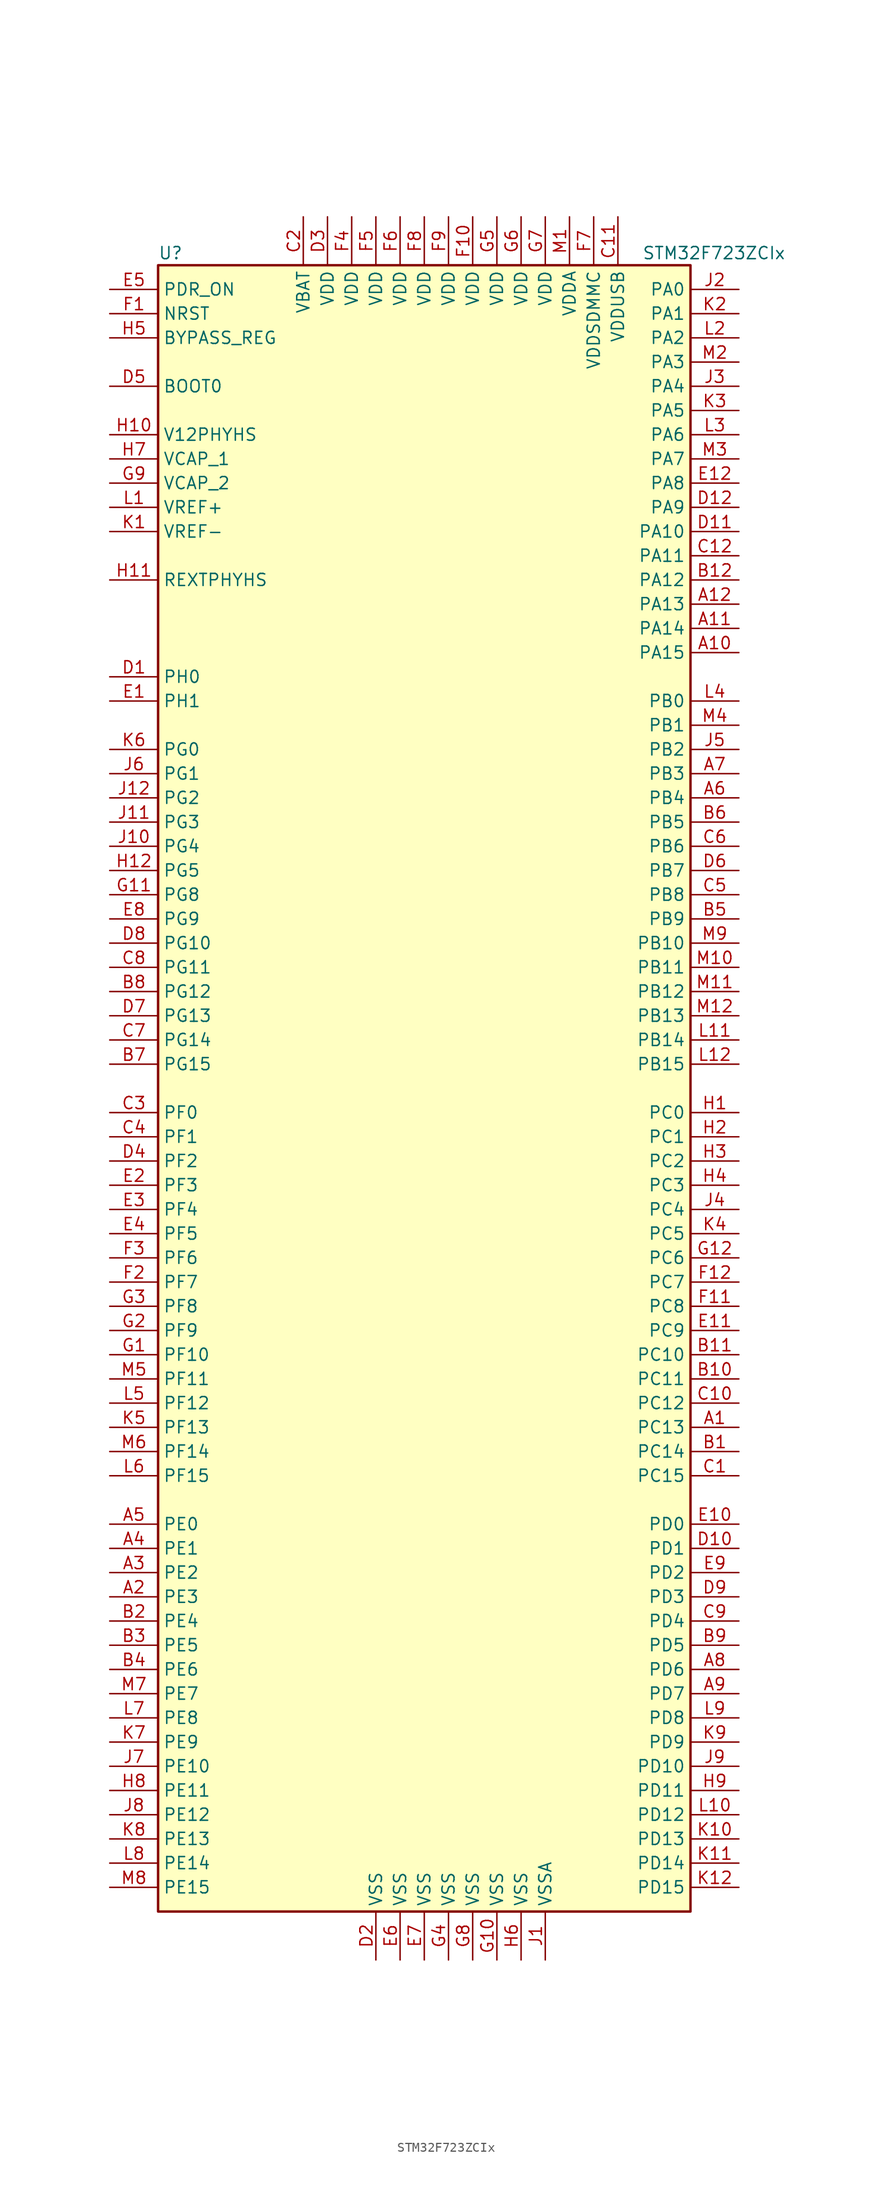
<source format=kicad_sym>
(kicad_symbol_lib
  (version 20201005)
  (generator kicad_symbol_editor)
  (symbol "STM32F723ZCIx"
    (property "Reference" "U"
      (at -27.94 87.63 0)
      (effects (font (size 1.27 1.27)) (justify left)))
    (property "Value" "STM32F723ZCIx"
      (at 22.86 87.63 0)
      (effects (font (size 1.27 1.27)) (justify left)))
    (symbol "STM32F723ZCIx_0_1"
      (rectangle (start -27.94 -86.36) (end 27.94 86.36) (stroke (width 0.254)) (fill (type background))))
    (symbol "STM32F723ZCIx_1_1"
      (pin input line (at -33.02 73.66 0) (length 5.08) (name "BOOT0" (effects (font (size 1.27 1.27)))) (number "D5" (effects (font (size 1.27 1.27)))))
      (pin input line (at -33.02 78.74 0) (length 5.08) (name "BYPASS_REG" (effects (font (size 1.27 1.27)))) (number "H5" (effects (font (size 1.27 1.27)))))
      (pin input line (at -33.02 81.28 0) (length 5.08) (name "NRST" (effects (font (size 1.27 1.27)))) (number "F1" (effects (font (size 1.27 1.27)))))
      (pin bidirectional line (at 33.02 83.82 180) (length 5.08) (name "PA0" (effects (font (size 1.27 1.27)))) (number "J2" (effects (font (size 1.27 1.27)))))
      (pin bidirectional line (at 33.02 81.28 180) (length 5.08) (name "PA1" (effects (font (size 1.27 1.27)))) (number "K2" (effects (font (size 1.27 1.27)))))
      (pin bidirectional line (at 33.02 58.42 180) (length 5.08) (name "PA10" (effects (font (size 1.27 1.27)))) (number "D11" (effects (font (size 1.27 1.27)))))
      (pin bidirectional line (at 33.02 55.88 180) (length 5.08) (name "PA11" (effects (font (size 1.27 1.27)))) (number "C12" (effects (font (size 1.27 1.27)))))
      (pin bidirectional line (at 33.02 53.34 180) (length 5.08) (name "PA12" (effects (font (size 1.27 1.27)))) (number "B12" (effects (font (size 1.27 1.27)))))
      (pin bidirectional line (at 33.02 50.8 180) (length 5.08) (name "PA13" (effects (font (size 1.27 1.27)))) (number "A12" (effects (font (size 1.27 1.27)))))
      (pin bidirectional line (at 33.02 48.26 180) (length 5.08) (name "PA14" (effects (font (size 1.27 1.27)))) (number "A11" (effects (font (size 1.27 1.27)))))
      (pin bidirectional line (at 33.02 45.72 180) (length 5.08) (name "PA15" (effects (font (size 1.27 1.27)))) (number "A10" (effects (font (size 1.27 1.27)))))
      (pin bidirectional line (at 33.02 78.74 180) (length 5.08) (name "PA2" (effects (font (size 1.27 1.27)))) (number "L2" (effects (font (size 1.27 1.27)))))
      (pin bidirectional line (at 33.02 76.2 180) (length 5.08) (name "PA3" (effects (font (size 1.27 1.27)))) (number "M2" (effects (font (size 1.27 1.27)))))
      (pin bidirectional line (at 33.02 73.66 180) (length 5.08) (name "PA4" (effects (font (size 1.27 1.27)))) (number "J3" (effects (font (size 1.27 1.27)))))
      (pin bidirectional line (at 33.02 71.12 180) (length 5.08) (name "PA5" (effects (font (size 1.27 1.27)))) (number "K3" (effects (font (size 1.27 1.27)))))
      (pin bidirectional line (at 33.02 68.58 180) (length 5.08) (name "PA6" (effects (font (size 1.27 1.27)))) (number "L3" (effects (font (size 1.27 1.27)))))
      (pin bidirectional line (at 33.02 66.04 180) (length 5.08) (name "PA7" (effects (font (size 1.27 1.27)))) (number "M3" (effects (font (size 1.27 1.27)))))
      (pin bidirectional line (at 33.02 63.5 180) (length 5.08) (name "PA8" (effects (font (size 1.27 1.27)))) (number "E12" (effects (font (size 1.27 1.27)))))
      (pin bidirectional line (at 33.02 60.96 180) (length 5.08) (name "PA9" (effects (font (size 1.27 1.27)))) (number "D12" (effects (font (size 1.27 1.27)))))
      (pin bidirectional line (at 33.02 40.64 180) (length 5.08) (name "PB0" (effects (font (size 1.27 1.27)))) (number "L4" (effects (font (size 1.27 1.27)))))
      (pin bidirectional line (at 33.02 38.1 180) (length 5.08) (name "PB1" (effects (font (size 1.27 1.27)))) (number "M4" (effects (font (size 1.27 1.27)))))
      (pin bidirectional line (at 33.02 15.24 180) (length 5.08) (name "PB10" (effects (font (size 1.27 1.27)))) (number "M9" (effects (font (size 1.27 1.27)))))
      (pin bidirectional line (at 33.02 12.7 180) (length 5.08) (name "PB11" (effects (font (size 1.27 1.27)))) (number "M10" (effects (font (size 1.27 1.27)))))
      (pin bidirectional line (at 33.02 10.16 180) (length 5.08) (name "PB12" (effects (font (size 1.27 1.27)))) (number "M11" (effects (font (size 1.27 1.27)))))
      (pin bidirectional line (at 33.02 7.62 180) (length 5.08) (name "PB13" (effects (font (size 1.27 1.27)))) (number "M12" (effects (font (size 1.27 1.27)))))
      (pin bidirectional line (at 33.02 5.08 180) (length 5.08) (name "PB14" (effects (font (size 1.27 1.27)))) (number "L11" (effects (font (size 1.27 1.27)))))
      (pin bidirectional line (at 33.02 2.54 180) (length 5.08) (name "PB15" (effects (font (size 1.27 1.27)))) (number "L12" (effects (font (size 1.27 1.27)))))
      (pin bidirectional line (at 33.02 35.56 180) (length 5.08) (name "PB2" (effects (font (size 1.27 1.27)))) (number "J5" (effects (font (size 1.27 1.27)))))
      (pin bidirectional line (at 33.02 33.02 180) (length 5.08) (name "PB3" (effects (font (size 1.27 1.27)))) (number "A7" (effects (font (size 1.27 1.27)))))
      (pin bidirectional line (at 33.02 30.48 180) (length 5.08) (name "PB4" (effects (font (size 1.27 1.27)))) (number "A6" (effects (font (size 1.27 1.27)))))
      (pin bidirectional line (at 33.02 27.94 180) (length 5.08) (name "PB5" (effects (font (size 1.27 1.27)))) (number "B6" (effects (font (size 1.27 1.27)))))
      (pin bidirectional line (at 33.02 25.4 180) (length 5.08) (name "PB6" (effects (font (size 1.27 1.27)))) (number "C6" (effects (font (size 1.27 1.27)))))
      (pin bidirectional line (at 33.02 22.86 180) (length 5.08) (name "PB7" (effects (font (size 1.27 1.27)))) (number "D6" (effects (font (size 1.27 1.27)))))
      (pin bidirectional line (at 33.02 20.32 180) (length 5.08) (name "PB8" (effects (font (size 1.27 1.27)))) (number "C5" (effects (font (size 1.27 1.27)))))
      (pin bidirectional line (at 33.02 17.78 180) (length 5.08) (name "PB9" (effects (font (size 1.27 1.27)))) (number "B5" (effects (font (size 1.27 1.27)))))
      (pin bidirectional line (at 33.02 -2.54 180) (length 5.08) (name "PC0" (effects (font (size 1.27 1.27)))) (number "H1" (effects (font (size 1.27 1.27)))))
      (pin bidirectional line (at 33.02 -5.08 180) (length 5.08) (name "PC1" (effects (font (size 1.27 1.27)))) (number "H2" (effects (font (size 1.27 1.27)))))
      (pin bidirectional line (at 33.02 -27.94 180) (length 5.08) (name "PC10" (effects (font (size 1.27 1.27)))) (number "B11" (effects (font (size 1.27 1.27)))))
      (pin bidirectional line (at 33.02 -30.48 180) (length 5.08) (name "PC11" (effects (font (size 1.27 1.27)))) (number "B10" (effects (font (size 1.27 1.27)))))
      (pin bidirectional line (at 33.02 -33.02 180) (length 5.08) (name "PC12" (effects (font (size 1.27 1.27)))) (number "C10" (effects (font (size 1.27 1.27)))))
      (pin bidirectional line (at 33.02 -35.56 180) (length 5.08) (name "PC13" (effects (font (size 1.27 1.27)))) (number "A1" (effects (font (size 1.27 1.27)))))
      (pin bidirectional line (at 33.02 -38.1 180) (length 5.08) (name "PC14" (effects (font (size 1.27 1.27)))) (number "B1" (effects (font (size 1.27 1.27)))))
      (pin bidirectional line (at 33.02 -40.64 180) (length 5.08) (name "PC15" (effects (font (size 1.27 1.27)))) (number "C1" (effects (font (size 1.27 1.27)))))
      (pin bidirectional line (at 33.02 -7.62 180) (length 5.08) (name "PC2" (effects (font (size 1.27 1.27)))) (number "H3" (effects (font (size 1.27 1.27)))))
      (pin bidirectional line (at 33.02 -10.16 180) (length 5.08) (name "PC3" (effects (font (size 1.27 1.27)))) (number "H4" (effects (font (size 1.27 1.27)))))
      (pin bidirectional line (at 33.02 -12.7 180) (length 5.08) (name "PC4" (effects (font (size 1.27 1.27)))) (number "J4" (effects (font (size 1.27 1.27)))))
      (pin bidirectional line (at 33.02 -15.24 180) (length 5.08) (name "PC5" (effects (font (size 1.27 1.27)))) (number "K4" (effects (font (size 1.27 1.27)))))
      (pin bidirectional line (at 33.02 -17.78 180) (length 5.08) (name "PC6" (effects (font (size 1.27 1.27)))) (number "G12" (effects (font (size 1.27 1.27)))))
      (pin bidirectional line (at 33.02 -20.32 180) (length 5.08) (name "PC7" (effects (font (size 1.27 1.27)))) (number "F12" (effects (font (size 1.27 1.27)))))
      (pin bidirectional line (at 33.02 -22.86 180) (length 5.08) (name "PC8" (effects (font (size 1.27 1.27)))) (number "F11" (effects (font (size 1.27 1.27)))))
      (pin bidirectional line (at 33.02 -25.4 180) (length 5.08) (name "PC9" (effects (font (size 1.27 1.27)))) (number "E11" (effects (font (size 1.27 1.27)))))
      (pin bidirectional line (at 33.02 -45.72 180) (length 5.08) (name "PD0" (effects (font (size 1.27 1.27)))) (number "E10" (effects (font (size 1.27 1.27)))))
      (pin bidirectional line (at 33.02 -48.26 180) (length 5.08) (name "PD1" (effects (font (size 1.27 1.27)))) (number "D10" (effects (font (size 1.27 1.27)))))
      (pin bidirectional line (at 33.02 -71.12 180) (length 5.08) (name "PD10" (effects (font (size 1.27 1.27)))) (number "J9" (effects (font (size 1.27 1.27)))))
      (pin bidirectional line (at 33.02 -73.66 180) (length 5.08) (name "PD11" (effects (font (size 1.27 1.27)))) (number "H9" (effects (font (size 1.27 1.27)))))
      (pin bidirectional line (at 33.02 -76.2 180) (length 5.08) (name "PD12" (effects (font (size 1.27 1.27)))) (number "L10" (effects (font (size 1.27 1.27)))))
      (pin bidirectional line (at 33.02 -78.74 180) (length 5.08) (name "PD13" (effects (font (size 1.27 1.27)))) (number "K10" (effects (font (size 1.27 1.27)))))
      (pin bidirectional line (at 33.02 -81.28 180) (length 5.08) (name "PD14" (effects (font (size 1.27 1.27)))) (number "K11" (effects (font (size 1.27 1.27)))))
      (pin bidirectional line (at 33.02 -83.82 180) (length 5.08) (name "PD15" (effects (font (size 1.27 1.27)))) (number "K12" (effects (font (size 1.27 1.27)))))
      (pin bidirectional line (at 33.02 -50.8 180) (length 5.08) (name "PD2" (effects (font (size 1.27 1.27)))) (number "E9" (effects (font (size 1.27 1.27)))))
      (pin bidirectional line (at 33.02 -53.34 180) (length 5.08) (name "PD3" (effects (font (size 1.27 1.27)))) (number "D9" (effects (font (size 1.27 1.27)))))
      (pin bidirectional line (at 33.02 -55.88 180) (length 5.08) (name "PD4" (effects (font (size 1.27 1.27)))) (number "C9" (effects (font (size 1.27 1.27)))))
      (pin bidirectional line (at 33.02 -58.42 180) (length 5.08) (name "PD5" (effects (font (size 1.27 1.27)))) (number "B9" (effects (font (size 1.27 1.27)))))
      (pin bidirectional line (at 33.02 -60.96 180) (length 5.08) (name "PD6" (effects (font (size 1.27 1.27)))) (number "A8" (effects (font (size 1.27 1.27)))))
      (pin bidirectional line (at 33.02 -63.5 180) (length 5.08) (name "PD7" (effects (font (size 1.27 1.27)))) (number "A9" (effects (font (size 1.27 1.27)))))
      (pin bidirectional line (at 33.02 -66.04 180) (length 5.08) (name "PD8" (effects (font (size 1.27 1.27)))) (number "L9" (effects (font (size 1.27 1.27)))))
      (pin bidirectional line (at 33.02 -68.58 180) (length 5.08) (name "PD9" (effects (font (size 1.27 1.27)))) (number "K9" (effects (font (size 1.27 1.27)))))
      (pin input line (at -33.02 83.82 0) (length 5.08) (name "PDR_ON" (effects (font (size 1.27 1.27)))) (number "E5" (effects (font (size 1.27 1.27)))))
      (pin bidirectional line (at -33.02 -45.72 0) (length 5.08) (name "PE0" (effects (font (size 1.27 1.27)))) (number "A5" (effects (font (size 1.27 1.27)))))
      (pin bidirectional line (at -33.02 -48.26 0) (length 5.08) (name "PE1" (effects (font (size 1.27 1.27)))) (number "A4" (effects (font (size 1.27 1.27)))))
      (pin bidirectional line (at -33.02 -71.12 0) (length 5.08) (name "PE10" (effects (font (size 1.27 1.27)))) (number "J7" (effects (font (size 1.27 1.27)))))
      (pin bidirectional line (at -33.02 -73.66 0) (length 5.08) (name "PE11" (effects (font (size 1.27 1.27)))) (number "H8" (effects (font (size 1.27 1.27)))))
      (pin bidirectional line (at -33.02 -76.2 0) (length 5.08) (name "PE12" (effects (font (size 1.27 1.27)))) (number "J8" (effects (font (size 1.27 1.27)))))
      (pin bidirectional line (at -33.02 -78.74 0) (length 5.08) (name "PE13" (effects (font (size 1.27 1.27)))) (number "K8" (effects (font (size 1.27 1.27)))))
      (pin bidirectional line (at -33.02 -81.28 0) (length 5.08) (name "PE14" (effects (font (size 1.27 1.27)))) (number "L8" (effects (font (size 1.27 1.27)))))
      (pin bidirectional line (at -33.02 -83.82 0) (length 5.08) (name "PE15" (effects (font (size 1.27 1.27)))) (number "M8" (effects (font (size 1.27 1.27)))))
      (pin bidirectional line (at -33.02 -50.8 0) (length 5.08) (name "PE2" (effects (font (size 1.27 1.27)))) (number "A3" (effects (font (size 1.27 1.27)))))
      (pin bidirectional line (at -33.02 -53.34 0) (length 5.08) (name "PE3" (effects (font (size 1.27 1.27)))) (number "A2" (effects (font (size 1.27 1.27)))))
      (pin bidirectional line (at -33.02 -55.88 0) (length 5.08) (name "PE4" (effects (font (size 1.27 1.27)))) (number "B2" (effects (font (size 1.27 1.27)))))
      (pin bidirectional line (at -33.02 -58.42 0) (length 5.08) (name "PE5" (effects (font (size 1.27 1.27)))) (number "B3" (effects (font (size 1.27 1.27)))))
      (pin bidirectional line (at -33.02 -60.96 0) (length 5.08) (name "PE6" (effects (font (size 1.27 1.27)))) (number "B4" (effects (font (size 1.27 1.27)))))
      (pin bidirectional line (at -33.02 -63.5 0) (length 5.08) (name "PE7" (effects (font (size 1.27 1.27)))) (number "M7" (effects (font (size 1.27 1.27)))))
      (pin bidirectional line (at -33.02 -66.04 0) (length 5.08) (name "PE8" (effects (font (size 1.27 1.27)))) (number "L7" (effects (font (size 1.27 1.27)))))
      (pin bidirectional line (at -33.02 -68.58 0) (length 5.08) (name "PE9" (effects (font (size 1.27 1.27)))) (number "K7" (effects (font (size 1.27 1.27)))))
      (pin bidirectional line (at -33.02 -2.54 0) (length 5.08) (name "PF0" (effects (font (size 1.27 1.27)))) (number "C3" (effects (font (size 1.27 1.27)))))
      (pin bidirectional line (at -33.02 -5.08 0) (length 5.08) (name "PF1" (effects (font (size 1.27 1.27)))) (number "C4" (effects (font (size 1.27 1.27)))))
      (pin bidirectional line (at -33.02 -27.94 0) (length 5.08) (name "PF10" (effects (font (size 1.27 1.27)))) (number "G1" (effects (font (size 1.27 1.27)))))
      (pin bidirectional line (at -33.02 -30.48 0) (length 5.08) (name "PF11" (effects (font (size 1.27 1.27)))) (number "M5" (effects (font (size 1.27 1.27)))))
      (pin bidirectional line (at -33.02 -33.02 0) (length 5.08) (name "PF12" (effects (font (size 1.27 1.27)))) (number "L5" (effects (font (size 1.27 1.27)))))
      (pin bidirectional line (at -33.02 -35.56 0) (length 5.08) (name "PF13" (effects (font (size 1.27 1.27)))) (number "K5" (effects (font (size 1.27 1.27)))))
      (pin bidirectional line (at -33.02 -38.1 0) (length 5.08) (name "PF14" (effects (font (size 1.27 1.27)))) (number "M6" (effects (font (size 1.27 1.27)))))
      (pin bidirectional line (at -33.02 -40.64 0) (length 5.08) (name "PF15" (effects (font (size 1.27 1.27)))) (number "L6" (effects (font (size 1.27 1.27)))))
      (pin bidirectional line (at -33.02 -7.62 0) (length 5.08) (name "PF2" (effects (font (size 1.27 1.27)))) (number "D4" (effects (font (size 1.27 1.27)))))
      (pin bidirectional line (at -33.02 -10.16 0) (length 5.08) (name "PF3" (effects (font (size 1.27 1.27)))) (number "E2" (effects (font (size 1.27 1.27)))))
      (pin bidirectional line (at -33.02 -12.7 0) (length 5.08) (name "PF4" (effects (font (size 1.27 1.27)))) (number "E3" (effects (font (size 1.27 1.27)))))
      (pin bidirectional line (at -33.02 -15.24 0) (length 5.08) (name "PF5" (effects (font (size 1.27 1.27)))) (number "E4" (effects (font (size 1.27 1.27)))))
      (pin bidirectional line (at -33.02 -17.78 0) (length 5.08) (name "PF6" (effects (font (size 1.27 1.27)))) (number "F3" (effects (font (size 1.27 1.27)))))
      (pin bidirectional line (at -33.02 -20.32 0) (length 5.08) (name "PF7" (effects (font (size 1.27 1.27)))) (number "F2" (effects (font (size 1.27 1.27)))))
      (pin bidirectional line (at -33.02 -22.86 0) (length 5.08) (name "PF8" (effects (font (size 1.27 1.27)))) (number "G3" (effects (font (size 1.27 1.27)))))
      (pin bidirectional line (at -33.02 -25.4 0) (length 5.08) (name "PF9" (effects (font (size 1.27 1.27)))) (number "G2" (effects (font (size 1.27 1.27)))))
      (pin bidirectional line (at -33.02 35.56 0) (length 5.08) (name "PG0" (effects (font (size 1.27 1.27)))) (number "K6" (effects (font (size 1.27 1.27)))))
      (pin bidirectional line (at -33.02 33.02 0) (length 5.08) (name "PG1" (effects (font (size 1.27 1.27)))) (number "J6" (effects (font (size 1.27 1.27)))))
      (pin bidirectional line (at -33.02 15.24 0) (length 5.08) (name "PG10" (effects (font (size 1.27 1.27)))) (number "D8" (effects (font (size 1.27 1.27)))))
      (pin bidirectional line (at -33.02 12.7 0) (length 5.08) (name "PG11" (effects (font (size 1.27 1.27)))) (number "C8" (effects (font (size 1.27 1.27)))))
      (pin bidirectional line (at -33.02 10.16 0) (length 5.08) (name "PG12" (effects (font (size 1.27 1.27)))) (number "B8" (effects (font (size 1.27 1.27)))))
      (pin bidirectional line (at -33.02 7.62 0) (length 5.08) (name "PG13" (effects (font (size 1.27 1.27)))) (number "D7" (effects (font (size 1.27 1.27)))))
      (pin bidirectional line (at -33.02 5.08 0) (length 5.08) (name "PG14" (effects (font (size 1.27 1.27)))) (number "C7" (effects (font (size 1.27 1.27)))))
      (pin bidirectional line (at -33.02 2.54 0) (length 5.08) (name "PG15" (effects (font (size 1.27 1.27)))) (number "B7" (effects (font (size 1.27 1.27)))))
      (pin bidirectional line (at -33.02 30.48 0) (length 5.08) (name "PG2" (effects (font (size 1.27 1.27)))) (number "J12" (effects (font (size 1.27 1.27)))))
      (pin bidirectional line (at -33.02 27.94 0) (length 5.08) (name "PG3" (effects (font (size 1.27 1.27)))) (number "J11" (effects (font (size 1.27 1.27)))))
      (pin bidirectional line (at -33.02 25.4 0) (length 5.08) (name "PG4" (effects (font (size 1.27 1.27)))) (number "J10" (effects (font (size 1.27 1.27)))))
      (pin bidirectional line (at -33.02 22.86 0) (length 5.08) (name "PG5" (effects (font (size 1.27 1.27)))) (number "H12" (effects (font (size 1.27 1.27)))))
      (pin bidirectional line (at -33.02 20.32 0) (length 5.08) (name "PG8" (effects (font (size 1.27 1.27)))) (number "G11" (effects (font (size 1.27 1.27)))))
      (pin bidirectional line (at -33.02 17.78 0) (length 5.08) (name "PG9" (effects (font (size 1.27 1.27)))) (number "E8" (effects (font (size 1.27 1.27)))))
      (pin input line (at -33.02 43.18 0) (length 5.08) (name "PH0" (effects (font (size 1.27 1.27)))) (number "D1" (effects (font (size 1.27 1.27)))))
      (pin input line (at -33.02 40.64 0) (length 5.08) (name "PH1" (effects (font (size 1.27 1.27)))) (number "E1" (effects (font (size 1.27 1.27)))))
      (pin bidirectional line (at -33.02 53.34 0) (length 5.08) (name "REXTPHYHS" (effects (font (size 1.27 1.27)))) (number "H11" (effects (font (size 1.27 1.27)))))
      (pin power_in line (at -33.02 68.58 0) (length 5.08) (name "V12PHYHS" (effects (font (size 1.27 1.27)))) (number "H10" (effects (font (size 1.27 1.27)))))
      (pin power_in line (at -12.7 91.44 270) (length 5.08) (name "VBAT" (effects (font (size 1.27 1.27)))) (number "C2" (effects (font (size 1.27 1.27)))))
      (pin power_in line (at -33.02 66.04 0) (length 5.08) (name "VCAP_1" (effects (font (size 1.27 1.27)))) (number "H7" (effects (font (size 1.27 1.27)))))
      (pin power_in line (at -33.02 63.5 0) (length 5.08) (name "VCAP_2" (effects (font (size 1.27 1.27)))) (number "G9" (effects (font (size 1.27 1.27)))))
      (pin power_in line (at -10.16 91.44 270) (length 5.08) (name "VDD" (effects (font (size 1.27 1.27)))) (number "D3" (effects (font (size 1.27 1.27)))))
      (pin power_in line (at 5.08 91.44 270) (length 5.08) (name "VDD" (effects (font (size 1.27 1.27)))) (number "F10" (effects (font (size 1.27 1.27)))))
      (pin power_in line (at -7.62 91.44 270) (length 5.08) (name "VDD" (effects (font (size 1.27 1.27)))) (number "F4" (effects (font (size 1.27 1.27)))))
      (pin power_in line (at -5.08 91.44 270) (length 5.08) (name "VDD" (effects (font (size 1.27 1.27)))) (number "F5" (effects (font (size 1.27 1.27)))))
      (pin power_in line (at -2.54 91.44 270) (length 5.08) (name "VDD" (effects (font (size 1.27 1.27)))) (number "F6" (effects (font (size 1.27 1.27)))))
      (pin power_in line (at 0 91.44 270) (length 5.08) (name "VDD" (effects (font (size 1.27 1.27)))) (number "F8" (effects (font (size 1.27 1.27)))))
      (pin power_in line (at 2.54 91.44 270) (length 5.08) (name "VDD" (effects (font (size 1.27 1.27)))) (number "F9" (effects (font (size 1.27 1.27)))))
      (pin power_in line (at 7.62 91.44 270) (length 5.08) (name "VDD" (effects (font (size 1.27 1.27)))) (number "G5" (effects (font (size 1.27 1.27)))))
      (pin power_in line (at 10.16 91.44 270) (length 5.08) (name "VDD" (effects (font (size 1.27 1.27)))) (number "G6" (effects (font (size 1.27 1.27)))))
      (pin power_in line (at 12.7 91.44 270) (length 5.08) (name "VDD" (effects (font (size 1.27 1.27)))) (number "G7" (effects (font (size 1.27 1.27)))))
      (pin power_in line (at 15.24 91.44 270) (length 5.08) (name "VDDA" (effects (font (size 1.27 1.27)))) (number "M1" (effects (font (size 1.27 1.27)))))
      (pin power_in line (at 17.78 91.44 270) (length 5.08) (name "VDDSDMMC" (effects (font (size 1.27 1.27)))) (number "F7" (effects (font (size 1.27 1.27)))))
      (pin power_in line (at 20.32 91.44 270) (length 5.08) (name "VDDUSB" (effects (font (size 1.27 1.27)))) (number "C11" (effects (font (size 1.27 1.27)))))
      (pin power_in line (at -33.02 60.96 0) (length 5.08) (name "VREF+" (effects (font (size 1.27 1.27)))) (number "L1" (effects (font (size 1.27 1.27)))))
      (pin power_in line (at -33.02 58.42 0) (length 5.08) (name "VREF-" (effects (font (size 1.27 1.27)))) (number "K1" (effects (font (size 1.27 1.27)))))
      (pin power_in line (at -5.08 -91.44 90) (length 5.08) (name "VSS" (effects (font (size 1.27 1.27)))) (number "D2" (effects (font (size 1.27 1.27)))))
      (pin power_in line (at -2.54 -91.44 90) (length 5.08) (name "VSS" (effects (font (size 1.27 1.27)))) (number "E6" (effects (font (size 1.27 1.27)))))
      (pin power_in line (at 0 -91.44 90) (length 5.08) (name "VSS" (effects (font (size 1.27 1.27)))) (number "E7" (effects (font (size 1.27 1.27)))))
      (pin power_in line (at 7.62 -91.44 90) (length 5.08) (name "VSS" (effects (font (size 1.27 1.27)))) (number "G10" (effects (font (size 1.27 1.27)))))
      (pin power_in line (at 2.54 -91.44 90) (length 5.08) (name "VSS" (effects (font (size 1.27 1.27)))) (number "G4" (effects (font (size 1.27 1.27)))))
      (pin power_in line (at 5.08 -91.44 90) (length 5.08) (name "VSS" (effects (font (size 1.27 1.27)))) (number "G8" (effects (font (size 1.27 1.27)))))
      (pin power_in line (at 10.16 -91.44 90) (length 5.08) (name "VSS" (effects (font (size 1.27 1.27)))) (number "H6" (effects (font (size 1.27 1.27)))))
      (pin power_in line (at 12.7 -91.44 90) (length 5.08) (name "VSSA" (effects (font (size 1.27 1.27)))) (number "J1" (effects (font (size 1.27 1.27))))))))
</source>
